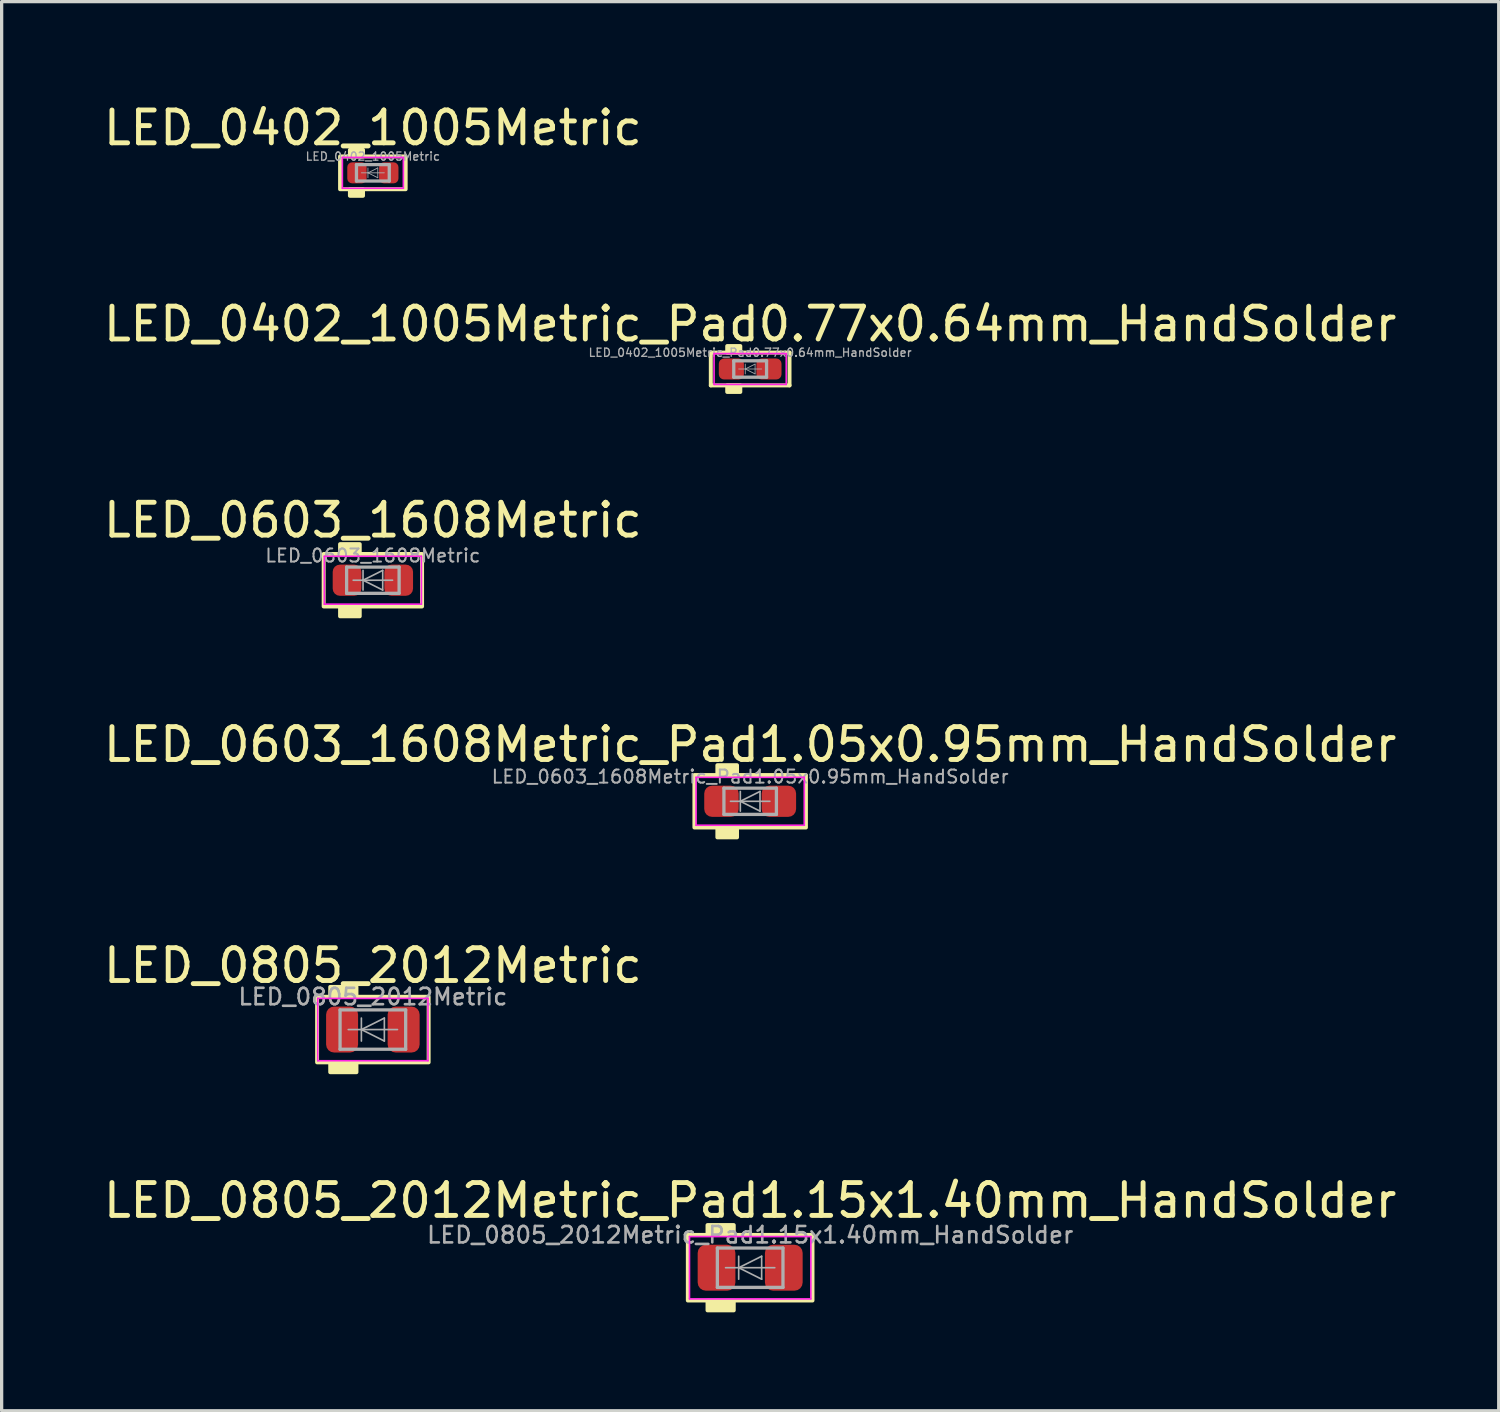
<source format=kicad_pcb>
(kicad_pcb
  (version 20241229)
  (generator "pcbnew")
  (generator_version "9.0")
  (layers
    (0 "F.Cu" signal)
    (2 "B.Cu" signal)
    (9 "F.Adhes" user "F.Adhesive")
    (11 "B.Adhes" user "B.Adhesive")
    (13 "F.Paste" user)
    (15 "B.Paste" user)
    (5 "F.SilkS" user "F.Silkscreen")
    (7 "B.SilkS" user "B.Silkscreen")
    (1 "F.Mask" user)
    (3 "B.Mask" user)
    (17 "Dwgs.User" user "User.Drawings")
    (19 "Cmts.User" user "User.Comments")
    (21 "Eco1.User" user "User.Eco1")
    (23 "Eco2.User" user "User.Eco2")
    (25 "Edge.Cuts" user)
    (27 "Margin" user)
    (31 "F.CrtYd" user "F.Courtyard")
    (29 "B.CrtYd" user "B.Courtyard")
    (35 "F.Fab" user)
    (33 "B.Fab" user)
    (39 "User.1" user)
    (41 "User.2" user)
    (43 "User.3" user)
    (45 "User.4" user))
  (footprint "LED_0603_1608Metric_Pad1.05x0.95mm_HandSolder"
    (layer "F.Cu")
    (at 19.815 21.373)
    (property "Reference" "LED_0603_1608Metric_Pad1.05x0.95mm_HandSolder" (at 0 -1.73 0) (layer "F.SilkS") (effects (font (size 1 1) (thickness 0.15))))
    (attr smd)
    (fp_rect (start -1.7 -0.8) (end 1.7 0.8) (stroke (width 0.12) (type solid)) (fill no) (layer "F.SilkS"))
    (fp_rect (start -1 -1.1) (end -0.4 -0.8) (stroke (width 0.12) (type solid)) (fill yes) (layer "F.SilkS"))
    (fp_rect (start -1 0.8) (end -0.4 1.1) (stroke (width 0.12) (type solid)) (fill yes) (layer "F.SilkS"))
    (fp_line (start -1.65 -0.73) (end 1.65 -0.73) (stroke (width 0.05) (type solid)) (layer "F.CrtYd"))
    (fp_line (start -1.65 0.73) (end -1.65 -0.73) (stroke (width 0.05) (type solid)) (layer "F.CrtYd"))
    (fp_line (start 1.65 -0.73) (end 1.65 0.73) (stroke (width 0.05) (type solid)) (layer "F.CrtYd"))
    (fp_line (start 1.65 0.73) (end -1.65 0.73) (stroke (width 0.05) (type solid)) (layer "F.CrtYd"))
    (fp_line (start -0.8 -0.4) (end -0.8 0.4) (stroke (width 0.1) (type solid)) (layer "F.Fab"))
    (fp_line (start -0.8 0.4) (end 0.8 0.4) (stroke (width 0.1) (type solid)) (layer "F.Fab"))
    (fp_line (start -0.6 0) (end 0.6 0) (stroke (width 0.05) (type default)) (layer "F.Fab"))
    (fp_line (start -0.3 -0.3) (end -0.3 0.3) (stroke (width 0.05) (type default)) (layer "F.Fab"))
    (fp_line (start -0.3 0) (end 0.3 -0.3) (stroke (width 0.05) (type default)) (layer "F.Fab"))
    (fp_line (start 0.3 -0.3) (end 0.3 0.3) (stroke (width 0.05) (type default)) (layer "F.Fab"))
    (fp_line (start 0.3 0.3) (end -0.3 0) (stroke (width 0.05) (type default)) (layer "F.Fab"))
    (fp_line (start 0.8 -0.4) (end -0.8 -0.4) (stroke (width 0.1) (type solid)) (layer "F.Fab"))
    (fp_line (start 0.8 0.4) (end 0.8 -0.4) (stroke (width 0.1) (type solid)) (layer "F.Fab"))
    (fp_text user "${REFERENCE}" (at 0 -0.75 0) (layer "F.Fab") (effects (font (size 0.4 0.4) (thickness 0.06))))
    (pad "1" smd roundrect (at -0.875 0) (size 1.05 0.95) (layers "F.Cu" "F.Mask" "F.Paste") (roundrect_rratio 0.25))
    (pad "2" smd roundrect (at 0.875 0) (size 1.05 0.95) (layers "F.Cu" "F.Mask" "F.Paste") (roundrect_rratio 0.25)))
  (footprint "LED_0805_2012Metric_Pad1.15x1.40mm_HandSolder"
    (layer "F.Cu")
    (at 19.815 35.59)
    (property "Reference" "LED_0805_2012Metric_Pad1.15x1.40mm_HandSolder" (at 0 -2.05 0) (layer "F.SilkS") (effects (font (size 1 1) (thickness 0.15))))
    (attr smd)
    (fp_rect (start -1.9 -1) (end 1.9 1) (stroke (width 0.12) (type solid)) (fill no) (layer "F.SilkS"))
    (fp_rect (start -1.3 -1.3) (end -0.5 -1) (stroke (width 0.12) (type solid)) (fill yes) (layer "F.SilkS"))
    (fp_rect (start -1.3 1) (end -0.5 1.3) (stroke (width 0.12) (type solid)) (fill yes) (layer "F.SilkS"))
    (fp_line (start -1.85 -0.95) (end 1.85 -0.95) (stroke (width 0.05) (type solid)) (layer "F.CrtYd"))
    (fp_line (start -1.85 0.95) (end -1.85 -0.95) (stroke (width 0.05) (type solid)) (layer "F.CrtYd"))
    (fp_line (start 1.85 -0.95) (end 1.85 0.95) (stroke (width 0.05) (type solid)) (layer "F.CrtYd"))
    (fp_line (start 1.85 0.95) (end -1.85 0.95) (stroke (width 0.05) (type solid)) (layer "F.CrtYd"))
    (fp_line (start -1 -0.6) (end -1 0.6) (stroke (width 0.1) (type solid)) (layer "F.Fab"))
    (fp_line (start -1 0.6) (end 1 0.6) (stroke (width 0.1) (type solid)) (layer "F.Fab"))
    (fp_line (start -0.75 0) (end 0.75 0) (stroke (width 0.05) (type default)) (layer "F.Fab"))
    (fp_line (start -0.35 -0.35) (end -0.35 0.35) (stroke (width 0.05) (type default)) (layer "F.Fab"))
    (fp_line (start -0.35 0) (end 0.35 -0.35) (stroke (width 0.05) (type default)) (layer "F.Fab"))
    (fp_line (start 0.35 -0.35) (end 0.35 0.35) (stroke (width 0.05) (type default)) (layer "F.Fab"))
    (fp_line (start 0.35 0.35) (end -0.35 0) (stroke (width 0.05) (type default)) (layer "F.Fab"))
    (fp_line (start 1 -0.6) (end -1 -0.6) (stroke (width 0.1) (type solid)) (layer "F.Fab"))
    (fp_line (start 1 0.6) (end 1 -0.6) (stroke (width 0.1) (type solid)) (layer "F.Fab"))
    (fp_text user "${REFERENCE}" (at 0 -1 0) (layer "F.Fab") (effects (font (size 0.5 0.5) (thickness 0.08))))
    (pad "1" smd roundrect (at -1.025 0) (size 1.15 1.4) (layers "F.Cu" "F.Mask" "F.Paste") (roundrect_rratio 0.217))
    (pad "2" smd roundrect (at 1.025 0) (size 1.15 1.4) (layers "F.Cu" "F.Mask" "F.Paste") (roundrect_rratio 0.217)))
  (footprint "LED_0402_1005Metric"
    (layer "F.Cu")
    (at 8.315 2.218)
    (property "Reference" "LED_0402_1005Metric" (at 0 -1.37 0) (layer "F.SilkS") (effects (font (size 1 1) (thickness 0.15))))
    (attr smd)
    (fp_rect (start -1 -0.5) (end 1 0.5) (stroke (width 0.12) (type solid)) (fill no) (layer "F.SilkS"))
    (fp_rect (start -0.7 -0.7) (end -0.3 -0.5) (stroke (width 0.12) (type solid)) (fill yes) (layer "F.SilkS"))
    (fp_rect (start -0.7 0.5) (end -0.3 0.7) (stroke (width 0.12) (type solid)) (fill yes) (layer "F.SilkS"))
    (fp_line (start -0.93 -0.47) (end 0.93 -0.47) (stroke (width 0.05) (type solid)) (layer "F.CrtYd"))
    (fp_line (start -0.93 0.47) (end -0.93 -0.47) (stroke (width 0.05) (type solid)) (layer "F.CrtYd"))
    (fp_line (start 0.93 -0.47) (end 0.93 0.47) (stroke (width 0.05) (type solid)) (layer "F.CrtYd"))
    (fp_line (start 0.93 0.47) (end -0.93 0.47) (stroke (width 0.05) (type solid)) (layer "F.CrtYd"))
    (fp_line (start -0.5 -0.25) (end 0.5 -0.25) (stroke (width 0.1) (type solid)) (layer "F.Fab"))
    (fp_line (start -0.5 0.25) (end -0.5 -0.25) (stroke (width 0.1) (type solid)) (layer "F.Fab"))
    (fp_line (start -0.35 0) (end 0.35 0) (stroke (width 0.025) (type default)) (layer "F.Fab"))
    (fp_line (start -0.15 -0.15) (end -0.15 0.15) (stroke (width 0.025) (type default)) (layer "F.Fab"))
    (fp_line (start -0.15 0) (end 0.15 -0.15) (stroke (width 0.025) (type default)) (layer "F.Fab"))
    (fp_line (start 0.15 -0.15) (end 0.15 0.15) (stroke (width 0.025) (type default)) (layer "F.Fab"))
    (fp_line (start 0.15 0.15) (end -0.15 0) (stroke (width 0.025) (type default)) (layer "F.Fab"))
    (fp_line (start 0.5 -0.25) (end 0.5 0.25) (stroke (width 0.1) (type solid)) (layer "F.Fab"))
    (fp_line (start 0.5 0.25) (end -0.5 0.25) (stroke (width 0.1) (type solid)) (layer "F.Fab"))
    (fp_text user "${REFERENCE}" (at 0 -0.5 0) (layer "F.Fab") (effects (font (size 0.25 0.25) (thickness 0.04))))
    (pad "1" smd roundrect (at -0.485 0) (size 0.59 0.64) (layers "F.Cu" "F.Mask" "F.Paste") (roundrect_rratio 0.25))
    (pad "2" smd roundrect (at 0.485 0) (size 0.59 0.64) (layers "F.Cu" "F.Mask" "F.Paste") (roundrect_rratio 0.25)))
  (footprint "LED_0603_1608Metric"
    (layer "F.Cu")
    (at 8.315 14.635)
    (property "Reference" "LED_0603_1608Metric" (at 0 -1.83 0) (layer "F.SilkS") (effects (font (size 1 1) (thickness 0.15))))
    (attr smd)
    (fp_rect (start -1.5 -0.8) (end 1.5 0.8) (stroke (width 0.12) (type solid)) (fill no) (layer "F.SilkS"))
    (fp_rect (start -1 -1.1) (end -0.4 -0.8) (stroke (width 0.12) (type solid)) (fill yes) (layer "F.SilkS"))
    (fp_rect (start -1 0.8) (end -0.4 1.1) (stroke (width 0.12) (type solid)) (fill yes) (layer "F.SilkS"))
    (fp_line (start -1.48 -0.73) (end 1.48 -0.73) (stroke (width 0.05) (type solid)) (layer "F.CrtYd"))
    (fp_line (start -1.48 0.73) (end -1.48 -0.73) (stroke (width 0.05) (type solid)) (layer "F.CrtYd"))
    (fp_line (start 1.48 -0.73) (end 1.48 0.73) (stroke (width 0.05) (type solid)) (layer "F.CrtYd"))
    (fp_line (start 1.48 0.73) (end -1.48 0.73) (stroke (width 0.05) (type solid)) (layer "F.CrtYd"))
    (fp_line (start -0.8 -0.4) (end -0.8 0.4) (stroke (width 0.1) (type solid)) (layer "F.Fab"))
    (fp_line (start -0.8 0.4) (end 0.8 0.4) (stroke (width 0.1) (type solid)) (layer "F.Fab"))
    (fp_line (start -0.6 0) (end 0.6 0) (stroke (width 0.05) (type default)) (layer "F.Fab"))
    (fp_line (start -0.3 -0.3) (end -0.3 0.3) (stroke (width 0.05) (type default)) (layer "F.Fab"))
    (fp_line (start -0.3 0) (end 0.3 -0.3) (stroke (width 0.05) (type default)) (layer "F.Fab"))
    (fp_line (start 0.3 -0.3) (end 0.3 0.3) (stroke (width 0.05) (type default)) (layer "F.Fab"))
    (fp_line (start 0.3 0.3) (end -0.3 0) (stroke (width 0.05) (type default)) (layer "F.Fab"))
    (fp_line (start 0.8 -0.4) (end -0.8 -0.4) (stroke (width 0.1) (type solid)) (layer "F.Fab"))
    (fp_line (start 0.8 0.4) (end 0.8 -0.4) (stroke (width 0.1) (type solid)) (layer "F.Fab"))
    (fp_text user "${REFERENCE}" (at 0 -0.75 0) (layer "F.Fab") (effects (font (size 0.4 0.4) (thickness 0.06))))
    (pad "1" smd roundrect (at -0.787 0) (size 0.875 0.95) (layers "F.Cu" "F.Mask" "F.Paste") (roundrect_rratio 0.25))
    (pad "2" smd roundrect (at 0.787 0) (size 0.875 0.95) (layers "F.Cu" "F.Mask" "F.Paste") (roundrect_rratio 0.25)))
  (footprint "LED_0402_1005Metric_Pad0.77x0.64mm_HandSolder"
    (layer "F.Cu")
    (at 19.815 8.197)
    (property "Reference" "LED_0402_1005Metric_Pad0.77x0.64mm_HandSolder" (at 0 -1.37 0) (layer "F.SilkS") (effects (font (size 1 1) (thickness 0.15))))
    (attr smd)
    (fp_line (start -1.2 -0.5) (end -1.2 0.5) (stroke (width 0.12) (type solid)) (layer "F.SilkS"))
    (fp_line (start -1.2 0.5) (end 1.2 0.5) (stroke (width 0.12) (type solid)) (layer "F.SilkS"))
    (fp_line (start 1.2 -0.5) (end -1.2 -0.5) (stroke (width 0.12) (type solid)) (layer "F.SilkS"))
    (fp_line (start 1.2 0.5) (end 1.2 -0.5) (stroke (width 0.12) (type solid)) (layer "F.SilkS"))
    (fp_rect (start -0.7 -0.7) (end -0.3 -0.5) (stroke (width 0.12) (type solid)) (fill yes) (layer "F.SilkS"))
    (fp_rect (start -0.7 0.5) (end -0.3 0.7) (stroke (width 0.12) (type solid)) (fill yes) (layer "F.SilkS"))
    (fp_line (start -1.1 -0.47) (end 1.1 -0.47) (stroke (width 0.05) (type solid)) (layer "F.CrtYd"))
    (fp_line (start -1.1 0.47) (end -1.1 -0.47) (stroke (width 0.05) (type solid)) (layer "F.CrtYd"))
    (fp_line (start 1.1 -0.47) (end 1.1 0.47) (stroke (width 0.05) (type solid)) (layer "F.CrtYd"))
    (fp_line (start 1.1 0.47) (end -1.1 0.47) (stroke (width 0.05) (type solid)) (layer "F.CrtYd"))
    (fp_line (start -0.5 -0.25) (end 0.5 -0.25) (stroke (width 0.1) (type solid)) (layer "F.Fab"))
    (fp_line (start -0.5 0.25) (end -0.5 -0.25) (stroke (width 0.1) (type solid)) (layer "F.Fab"))
    (fp_line (start -0.35 0) (end 0.35 0) (stroke (width 0.025) (type default)) (layer "F.Fab"))
    (fp_line (start -0.15 -0.15) (end -0.15 0.15) (stroke (width 0.025) (type default)) (layer "F.Fab"))
    (fp_line (start -0.15 0) (end 0.15 -0.15) (stroke (width 0.025) (type default)) (layer "F.Fab"))
    (fp_line (start 0.15 -0.15) (end 0.15 0.15) (stroke (width 0.025) (type default)) (layer "F.Fab"))
    (fp_line (start 0.15 0.15) (end -0.15 0) (stroke (width 0.025) (type default)) (layer "F.Fab"))
    (fp_line (start 0.5 -0.25) (end 0.5 0.25) (stroke (width 0.1) (type solid)) (layer "F.Fab"))
    (fp_line (start 0.5 0.25) (end -0.5 0.25) (stroke (width 0.1) (type solid)) (layer "F.Fab"))
    (fp_text user "${REFERENCE}" (at 0 -0.5 0) (layer "F.Fab") (effects (font (size 0.25 0.25) (thickness 0.04))))
    (pad "1" smd roundrect (at -0.573 0) (size 0.765 0.64) (layers "F.Cu" "F.Mask" "F.Paste") (roundrect_rratio 0.25))
    (pad "2" smd roundrect (at 0.573 0) (size 0.765 0.64) (layers "F.Cu" "F.Mask" "F.Paste") (roundrect_rratio 0.25)))
  (footprint "LED_0805_2012Metric"
    (layer "F.Cu")
    (at 8.315 28.331)
    (property "Reference" "LED_0805_2012Metric" (at 0 -1.95 0) (layer "F.SilkS") (effects (font (size 1 1) (thickness 0.15))))
    (attr smd)
    (fp_rect (start -1.7 -1) (end 1.7 1) (stroke (width 0.12) (type solid)) (fill no) (layer "F.SilkS"))
    (fp_rect (start -1.3 -1.3) (end -0.5 -1) (stroke (width 0.12) (type solid)) (fill yes) (layer "F.SilkS"))
    (fp_rect (start -1.3 1) (end -0.5 1.3) (stroke (width 0.12) (type solid)) (fill yes) (layer "F.SilkS"))
    (fp_line (start -1.68 -0.95) (end 1.68 -0.95) (stroke (width 0.05) (type solid)) (layer "F.CrtYd"))
    (fp_line (start -1.68 0.95) (end -1.68 -0.95) (stroke (width 0.05) (type solid)) (layer "F.CrtYd"))
    (fp_line (start 1.68 -0.95) (end 1.68 0.95) (stroke (width 0.05) (type solid)) (layer "F.CrtYd"))
    (fp_line (start 1.68 0.95) (end -1.68 0.95) (stroke (width 0.05) (type solid)) (layer "F.CrtYd"))
    (fp_line (start -1 -0.6) (end -1 0.6) (stroke (width 0.1) (type solid)) (layer "F.Fab"))
    (fp_line (start -1 0.6) (end 1 0.6) (stroke (width 0.1) (type solid)) (layer "F.Fab"))
    (fp_line (start -0.75 0) (end 0.75 0) (stroke (width 0.05) (type default)) (layer "F.Fab"))
    (fp_line (start -0.35 -0.35) (end -0.35 0.35) (stroke (width 0.05) (type default)) (layer "F.Fab"))
    (fp_line (start -0.35 0) (end 0.35 -0.35) (stroke (width 0.05) (type default)) (layer "F.Fab"))
    (fp_line (start 0.35 -0.35) (end 0.35 0.35) (stroke (width 0.05) (type default)) (layer "F.Fab"))
    (fp_line (start 0.35 0.35) (end -0.35 0) (stroke (width 0.05) (type default)) (layer "F.Fab"))
    (fp_line (start 1 -0.6) (end -1 -0.6) (stroke (width 0.1) (type solid)) (layer "F.Fab"))
    (fp_line (start 1 0.6) (end 1 -0.6) (stroke (width 0.1) (type solid)) (layer "F.Fab"))
    (fp_text user "${REFERENCE}" (at 0 -1 0) (layer "F.Fab") (effects (font (size 0.5 0.5) (thickness 0.08))))
    (pad "1" smd roundrect (at -0.938 0) (size 0.975 1.4) (layers "F.Cu" "F.Mask" "F.Paste") (roundrect_rratio 0.25))
    (pad "2" smd roundrect (at 0.938 0) (size 0.975 1.4) (layers "F.Cu" "F.Mask" "F.Paste") (roundrect_rratio 0.25)))
  (gr_rect
    (start -3 -3)
    (end 42.631 39.95)
    (stroke (width 0.1) (type default))
    (fill no)
    (layer "Edge.Cuts")))
</source>
